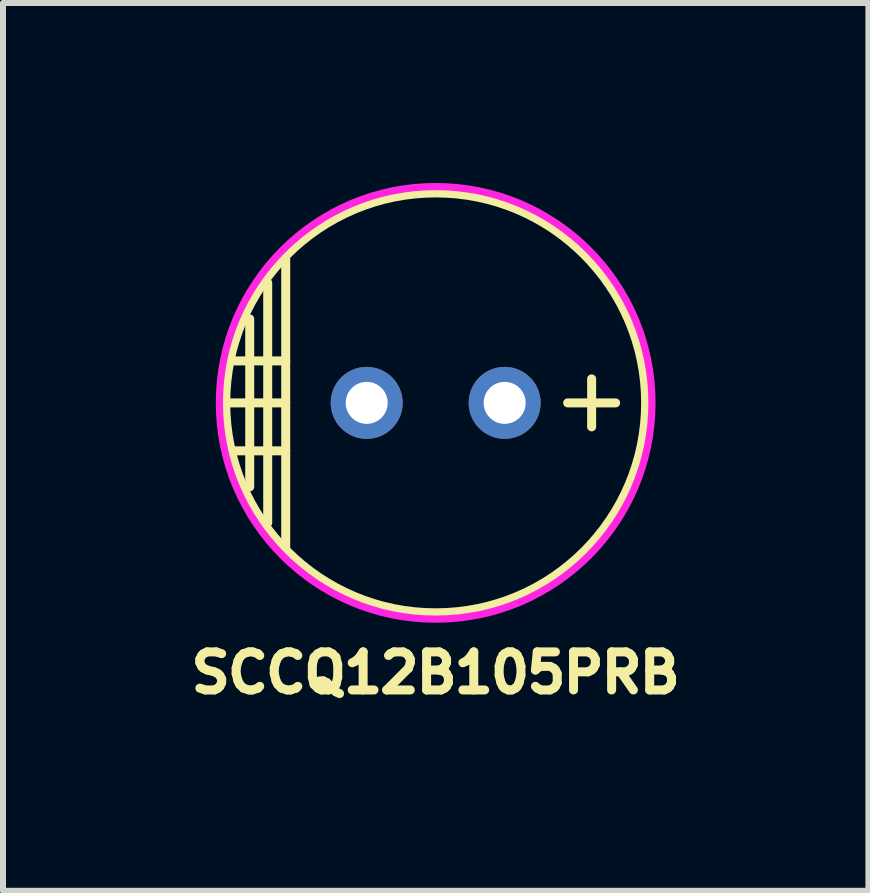
<source format=kicad_pcb>
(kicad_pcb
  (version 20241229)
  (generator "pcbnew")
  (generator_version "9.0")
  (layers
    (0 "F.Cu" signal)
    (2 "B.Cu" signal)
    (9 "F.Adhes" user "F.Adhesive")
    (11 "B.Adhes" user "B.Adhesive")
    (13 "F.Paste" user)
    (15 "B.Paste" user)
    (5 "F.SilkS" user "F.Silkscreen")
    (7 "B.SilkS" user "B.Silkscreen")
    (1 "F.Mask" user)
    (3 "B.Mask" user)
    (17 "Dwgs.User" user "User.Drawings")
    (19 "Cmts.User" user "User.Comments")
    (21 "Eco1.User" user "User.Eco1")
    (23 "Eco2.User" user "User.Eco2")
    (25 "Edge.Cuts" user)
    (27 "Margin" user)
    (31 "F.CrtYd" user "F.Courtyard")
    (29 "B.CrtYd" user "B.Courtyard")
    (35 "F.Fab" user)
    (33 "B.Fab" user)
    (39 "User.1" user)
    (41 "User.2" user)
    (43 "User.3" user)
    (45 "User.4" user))
  (footprint "SCCQ12B105PRB"
    (layer "F.Cu")
    (at 4.213 3.666)
    (property "Reference" "SCCQ12B105PRB" (at 0 4.5 0) (layer "F.SilkS") (effects (font (size 0.635 0.635) (thickness 0.15))))
    (attr through_hole)
    (fp_line (start -3.5 0) (end -2.5 0) (stroke (width 0.15) (type solid)) (layer "F.SilkS"))
    (fp_line (start -3.4 -0.7) (end -2.5 -0.7) (stroke (width 0.15) (type solid)) (layer "F.SilkS"))
    (fp_line (start -3.4 0.8) (end -2.5 0.8) (stroke (width 0.15) (type solid)) (layer "F.SilkS"))
    (fp_line (start -3.1 -1.4) (end -3.1 1.4) (stroke (width 0.15) (type solid)) (layer "F.SilkS"))
    (fp_line (start -2.8 -2) (end -2.8 2) (stroke (width 0.15) (type solid)) (layer "F.SilkS"))
    (fp_line (start -2.5 -2.4) (end -2.5 2.4) (stroke (width 0.15) (type solid)) (layer "F.SilkS"))
    (fp_line (start 2.2 0) (end 3 0) (stroke (width 0.15) (type solid)) (layer "F.SilkS"))
    (fp_line (start 2.6 -0.4) (end 2.6 0.4) (stroke (width 0.15) (type solid)) (layer "F.SilkS"))
    (fp_circle (center 0 0) (end 3.5 0) (stroke (width 0.15) (type solid)) (fill no) (layer "F.SilkS"))
    (fp_circle (center 0 0) (end 3.6 -0.2) (stroke (width 0.12) (type solid)) (fill no) (layer "F.CrtYd"))
    (pad "1" thru_hole circle (at -1.15 0) (size 1.2 1.2) (drill 0.7) (layers "*.Cu" "*.Mask"))
    (pad "2" thru_hole circle (at 1.15 0) (size 1.2 1.2) (drill 0.7) (layers "*.Cu" "*.Mask")))
  (gr_rect
    (start -3 -3)
    (end 11.427 11.8)
    (stroke (width 0.1) (type default))
    (fill no)
    (layer "Edge.Cuts")))
</source>
